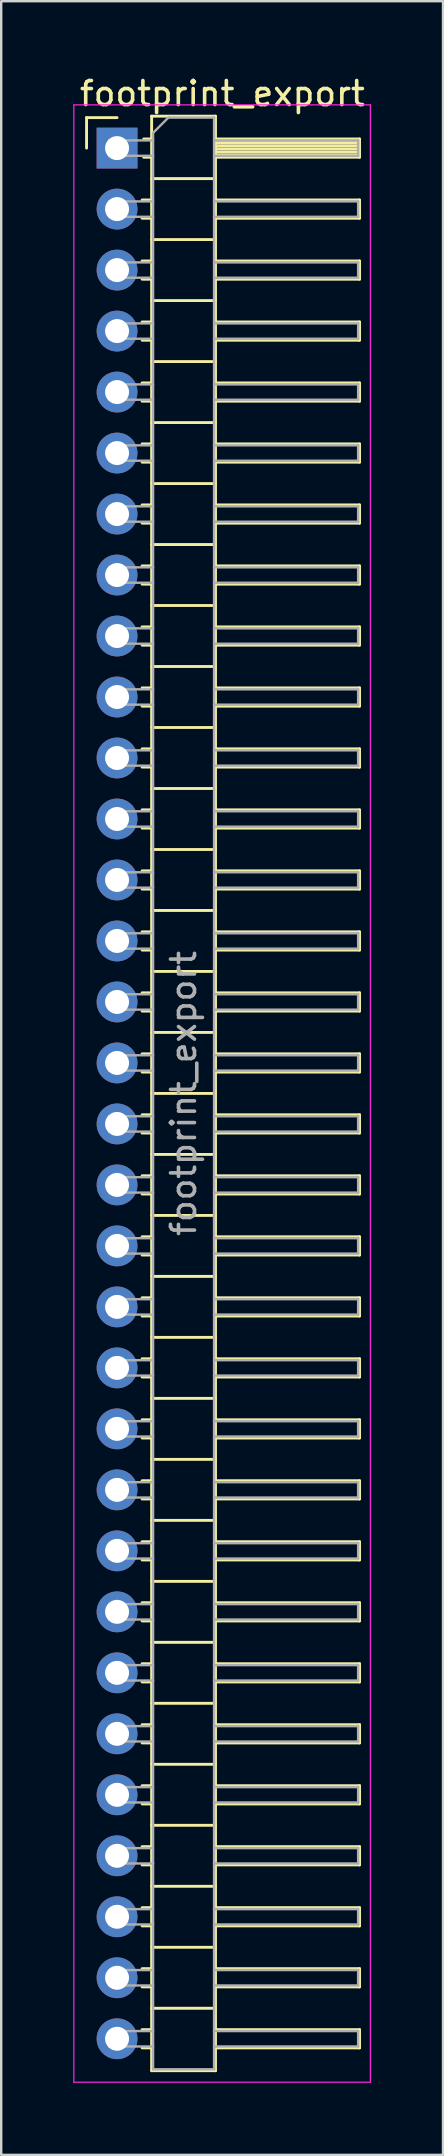
<source format=kicad_pcb>
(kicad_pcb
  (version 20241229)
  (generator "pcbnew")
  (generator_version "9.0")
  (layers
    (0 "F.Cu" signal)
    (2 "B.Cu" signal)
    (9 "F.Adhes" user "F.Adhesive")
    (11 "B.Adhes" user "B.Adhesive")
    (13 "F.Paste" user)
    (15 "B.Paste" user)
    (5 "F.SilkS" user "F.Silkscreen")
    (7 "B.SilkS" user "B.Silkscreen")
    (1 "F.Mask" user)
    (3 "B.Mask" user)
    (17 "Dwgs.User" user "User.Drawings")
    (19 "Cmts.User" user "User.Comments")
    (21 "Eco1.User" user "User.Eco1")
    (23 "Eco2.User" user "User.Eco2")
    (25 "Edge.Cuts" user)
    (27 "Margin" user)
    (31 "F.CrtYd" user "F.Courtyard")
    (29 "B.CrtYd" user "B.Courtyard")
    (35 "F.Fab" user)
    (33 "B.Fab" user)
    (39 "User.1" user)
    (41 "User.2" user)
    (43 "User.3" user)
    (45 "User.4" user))
  (footprint "footprint_export"
    (layer "F.Cu")
    (at 1.825 3.118)
    (property "Reference" "footprint_export" (at 4.385 -2.27 0) (layer "F.SilkS") (effects (font (size 1 1) (thickness 0.15))))
    (attr through_hole)
    (fp_line (start -1.27 -1.27) (end 0 -1.27) (stroke (width 0.12) (type solid)) (layer "F.SilkS"))
    (fp_line (start -1.27 0) (end -1.27 -1.27) (stroke (width 0.12) (type solid)) (layer "F.SilkS"))
    (fp_line (start 1.043 2.16) (end 1.44 2.16) (stroke (width 0.12) (type solid)) (layer "F.SilkS"))
    (fp_line (start 1.043 2.92) (end 1.44 2.92) (stroke (width 0.12) (type solid)) (layer "F.SilkS"))
    (fp_line (start 1.043 4.7) (end 1.44 4.7) (stroke (width 0.12) (type solid)) (layer "F.SilkS"))
    (fp_line (start 1.043 5.46) (end 1.44 5.46) (stroke (width 0.12) (type solid)) (layer "F.SilkS"))
    (fp_line (start 1.043 7.24) (end 1.44 7.24) (stroke (width 0.12) (type solid)) (layer "F.SilkS"))
    (fp_line (start 1.043 8) (end 1.44 8) (stroke (width 0.12) (type solid)) (layer "F.SilkS"))
    (fp_line (start 1.043 9.78) (end 1.44 9.78) (stroke (width 0.12) (type solid)) (layer "F.SilkS"))
    (fp_line (start 1.043 10.54) (end 1.44 10.54) (stroke (width 0.12) (type solid)) (layer "F.SilkS"))
    (fp_line (start 1.043 12.32) (end 1.44 12.32) (stroke (width 0.12) (type solid)) (layer "F.SilkS"))
    (fp_line (start 1.043 13.08) (end 1.44 13.08) (stroke (width 0.12) (type solid)) (layer "F.SilkS"))
    (fp_line (start 1.043 14.86) (end 1.44 14.86) (stroke (width 0.12) (type solid)) (layer "F.SilkS"))
    (fp_line (start 1.043 15.62) (end 1.44 15.62) (stroke (width 0.12) (type solid)) (layer "F.SilkS"))
    (fp_line (start 1.043 17.4) (end 1.44 17.4) (stroke (width 0.12) (type solid)) (layer "F.SilkS"))
    (fp_line (start 1.043 18.16) (end 1.44 18.16) (stroke (width 0.12) (type solid)) (layer "F.SilkS"))
    (fp_line (start 1.043 19.94) (end 1.44 19.94) (stroke (width 0.12) (type solid)) (layer "F.SilkS"))
    (fp_line (start 1.043 20.7) (end 1.44 20.7) (stroke (width 0.12) (type solid)) (layer "F.SilkS"))
    (fp_line (start 1.043 22.48) (end 1.44 22.48) (stroke (width 0.12) (type solid)) (layer "F.SilkS"))
    (fp_line (start 1.043 23.24) (end 1.44 23.24) (stroke (width 0.12) (type solid)) (layer "F.SilkS"))
    (fp_line (start 1.043 25.02) (end 1.44 25.02) (stroke (width 0.12) (type solid)) (layer "F.SilkS"))
    (fp_line (start 1.043 25.78) (end 1.44 25.78) (stroke (width 0.12) (type solid)) (layer "F.SilkS"))
    (fp_line (start 1.043 27.56) (end 1.44 27.56) (stroke (width 0.12) (type solid)) (layer "F.SilkS"))
    (fp_line (start 1.043 28.32) (end 1.44 28.32) (stroke (width 0.12) (type solid)) (layer "F.SilkS"))
    (fp_line (start 1.043 30.1) (end 1.44 30.1) (stroke (width 0.12) (type solid)) (layer "F.SilkS"))
    (fp_line (start 1.043 30.86) (end 1.44 30.86) (stroke (width 0.12) (type solid)) (layer "F.SilkS"))
    (fp_line (start 1.043 32.64) (end 1.44 32.64) (stroke (width 0.12) (type solid)) (layer "F.SilkS"))
    (fp_line (start 1.043 33.4) (end 1.44 33.4) (stroke (width 0.12) (type solid)) (layer "F.SilkS"))
    (fp_line (start 1.043 35.18) (end 1.44 35.18) (stroke (width 0.12) (type solid)) (layer "F.SilkS"))
    (fp_line (start 1.043 35.94) (end 1.44 35.94) (stroke (width 0.12) (type solid)) (layer "F.SilkS"))
    (fp_line (start 1.043 37.72) (end 1.44 37.72) (stroke (width 0.12) (type solid)) (layer "F.SilkS"))
    (fp_line (start 1.043 38.48) (end 1.44 38.48) (stroke (width 0.12) (type solid)) (layer "F.SilkS"))
    (fp_line (start 1.043 40.26) (end 1.44 40.26) (stroke (width 0.12) (type solid)) (layer "F.SilkS"))
    (fp_line (start 1.043 41.02) (end 1.44 41.02) (stroke (width 0.12) (type solid)) (layer "F.SilkS"))
    (fp_line (start 1.043 42.8) (end 1.44 42.8) (stroke (width 0.12) (type solid)) (layer "F.SilkS"))
    (fp_line (start 1.043 43.56) (end 1.44 43.56) (stroke (width 0.12) (type solid)) (layer "F.SilkS"))
    (fp_line (start 1.043 45.34) (end 1.44 45.34) (stroke (width 0.12) (type solid)) (layer "F.SilkS"))
    (fp_line (start 1.043 46.1) (end 1.44 46.1) (stroke (width 0.12) (type solid)) (layer "F.SilkS"))
    (fp_line (start 1.043 47.88) (end 1.44 47.88) (stroke (width 0.12) (type solid)) (layer "F.SilkS"))
    (fp_line (start 1.043 48.64) (end 1.44 48.64) (stroke (width 0.12) (type solid)) (layer "F.SilkS"))
    (fp_line (start 1.043 50.42) (end 1.44 50.42) (stroke (width 0.12) (type solid)) (layer "F.SilkS"))
    (fp_line (start 1.043 51.18) (end 1.44 51.18) (stroke (width 0.12) (type solid)) (layer "F.SilkS"))
    (fp_line (start 1.043 52.96) (end 1.44 52.96) (stroke (width 0.12) (type solid)) (layer "F.SilkS"))
    (fp_line (start 1.043 53.72) (end 1.44 53.72) (stroke (width 0.12) (type solid)) (layer "F.SilkS"))
    (fp_line (start 1.043 55.5) (end 1.44 55.5) (stroke (width 0.12) (type solid)) (layer "F.SilkS"))
    (fp_line (start 1.043 56.26) (end 1.44 56.26) (stroke (width 0.12) (type solid)) (layer "F.SilkS"))
    (fp_line (start 1.043 58.04) (end 1.44 58.04) (stroke (width 0.12) (type solid)) (layer "F.SilkS"))
    (fp_line (start 1.043 58.8) (end 1.44 58.8) (stroke (width 0.12) (type solid)) (layer "F.SilkS"))
    (fp_line (start 1.043 60.58) (end 1.44 60.58) (stroke (width 0.12) (type solid)) (layer "F.SilkS"))
    (fp_line (start 1.043 61.34) (end 1.44 61.34) (stroke (width 0.12) (type solid)) (layer "F.SilkS"))
    (fp_line (start 1.043 63.12) (end 1.44 63.12) (stroke (width 0.12) (type solid)) (layer "F.SilkS"))
    (fp_line (start 1.043 63.88) (end 1.44 63.88) (stroke (width 0.12) (type solid)) (layer "F.SilkS"))
    (fp_line (start 1.043 65.66) (end 1.44 65.66) (stroke (width 0.12) (type solid)) (layer "F.SilkS"))
    (fp_line (start 1.043 66.42) (end 1.44 66.42) (stroke (width 0.12) (type solid)) (layer "F.SilkS"))
    (fp_line (start 1.043 68.2) (end 1.44 68.2) (stroke (width 0.12) (type solid)) (layer "F.SilkS"))
    (fp_line (start 1.043 68.96) (end 1.44 68.96) (stroke (width 0.12) (type solid)) (layer "F.SilkS"))
    (fp_line (start 1.043 70.74) (end 1.44 70.74) (stroke (width 0.12) (type solid)) (layer "F.SilkS"))
    (fp_line (start 1.043 71.5) (end 1.44 71.5) (stroke (width 0.12) (type solid)) (layer "F.SilkS"))
    (fp_line (start 1.043 73.28) (end 1.44 73.28) (stroke (width 0.12) (type solid)) (layer "F.SilkS"))
    (fp_line (start 1.043 74.04) (end 1.44 74.04) (stroke (width 0.12) (type solid)) (layer "F.SilkS"))
    (fp_line (start 1.043 75.82) (end 1.44 75.82) (stroke (width 0.12) (type solid)) (layer "F.SilkS"))
    (fp_line (start 1.043 76.58) (end 1.44 76.58) (stroke (width 0.12) (type solid)) (layer "F.SilkS"))
    (fp_line (start 1.043 78.36) (end 1.44 78.36) (stroke (width 0.12) (type solid)) (layer "F.SilkS"))
    (fp_line (start 1.043 79.12) (end 1.44 79.12) (stroke (width 0.12) (type solid)) (layer "F.SilkS"))
    (fp_line (start 1.11 -0.38) (end 1.44 -0.38) (stroke (width 0.12) (type solid)) (layer "F.SilkS"))
    (fp_line (start 1.11 0.38) (end 1.44 0.38) (stroke (width 0.12) (type solid)) (layer "F.SilkS"))
    (fp_line (start 1.44 -1.33) (end 1.44 80.07) (stroke (width 0.12) (type solid)) (layer "F.SilkS"))
    (fp_line (start 1.44 1.27) (end 4.1 1.27) (stroke (width 0.12) (type solid)) (layer "F.SilkS"))
    (fp_line (start 1.44 3.81) (end 4.1 3.81) (stroke (width 0.12) (type solid)) (layer "F.SilkS"))
    (fp_line (start 1.44 6.35) (end 4.1 6.35) (stroke (width 0.12) (type solid)) (layer "F.SilkS"))
    (fp_line (start 1.44 8.89) (end 4.1 8.89) (stroke (width 0.12) (type solid)) (layer "F.SilkS"))
    (fp_line (start 1.44 11.43) (end 4.1 11.43) (stroke (width 0.12) (type solid)) (layer "F.SilkS"))
    (fp_line (start 1.44 13.97) (end 4.1 13.97) (stroke (width 0.12) (type solid)) (layer "F.SilkS"))
    (fp_line (start 1.44 16.51) (end 4.1 16.51) (stroke (width 0.12) (type solid)) (layer "F.SilkS"))
    (fp_line (start 1.44 19.05) (end 4.1 19.05) (stroke (width 0.12) (type solid)) (layer "F.SilkS"))
    (fp_line (start 1.44 21.59) (end 4.1 21.59) (stroke (width 0.12) (type solid)) (layer "F.SilkS"))
    (fp_line (start 1.44 24.13) (end 4.1 24.13) (stroke (width 0.12) (type solid)) (layer "F.SilkS"))
    (fp_line (start 1.44 26.67) (end 4.1 26.67) (stroke (width 0.12) (type solid)) (layer "F.SilkS"))
    (fp_line (start 1.44 29.21) (end 4.1 29.21) (stroke (width 0.12) (type solid)) (layer "F.SilkS"))
    (fp_line (start 1.44 31.75) (end 4.1 31.75) (stroke (width 0.12) (type solid)) (layer "F.SilkS"))
    (fp_line (start 1.44 34.29) (end 4.1 34.29) (stroke (width 0.12) (type solid)) (layer "F.SilkS"))
    (fp_line (start 1.44 36.83) (end 4.1 36.83) (stroke (width 0.12) (type solid)) (layer "F.SilkS"))
    (fp_line (start 1.44 39.37) (end 4.1 39.37) (stroke (width 0.12) (type solid)) (layer "F.SilkS"))
    (fp_line (start 1.44 41.91) (end 4.1 41.91) (stroke (width 0.12) (type solid)) (layer "F.SilkS"))
    (fp_line (start 1.44 44.45) (end 4.1 44.45) (stroke (width 0.12) (type solid)) (layer "F.SilkS"))
    (fp_line (start 1.44 46.99) (end 4.1 46.99) (stroke (width 0.12) (type solid)) (layer "F.SilkS"))
    (fp_line (start 1.44 49.53) (end 4.1 49.53) (stroke (width 0.12) (type solid)) (layer "F.SilkS"))
    (fp_line (start 1.44 52.07) (end 4.1 52.07) (stroke (width 0.12) (type solid)) (layer "F.SilkS"))
    (fp_line (start 1.44 54.61) (end 4.1 54.61) (stroke (width 0.12) (type solid)) (layer "F.SilkS"))
    (fp_line (start 1.44 57.15) (end 4.1 57.15) (stroke (width 0.12) (type solid)) (layer "F.SilkS"))
    (fp_line (start 1.44 59.69) (end 4.1 59.69) (stroke (width 0.12) (type solid)) (layer "F.SilkS"))
    (fp_line (start 1.44 62.23) (end 4.1 62.23) (stroke (width 0.12) (type solid)) (layer "F.SilkS"))
    (fp_line (start 1.44 64.77) (end 4.1 64.77) (stroke (width 0.12) (type solid)) (layer "F.SilkS"))
    (fp_line (start 1.44 67.31) (end 4.1 67.31) (stroke (width 0.12) (type solid)) (layer "F.SilkS"))
    (fp_line (start 1.44 69.85) (end 4.1 69.85) (stroke (width 0.12) (type solid)) (layer "F.SilkS"))
    (fp_line (start 1.44 72.39) (end 4.1 72.39) (stroke (width 0.12) (type solid)) (layer "F.SilkS"))
    (fp_line (start 1.44 74.93) (end 4.1 74.93) (stroke (width 0.12) (type solid)) (layer "F.SilkS"))
    (fp_line (start 1.44 77.47) (end 4.1 77.47) (stroke (width 0.12) (type solid)) (layer "F.SilkS"))
    (fp_line (start 1.44 80.07) (end 4.1 80.07) (stroke (width 0.12) (type solid)) (layer "F.SilkS"))
    (fp_line (start 4.1 -1.33) (end 1.44 -1.33) (stroke (width 0.12) (type solid)) (layer "F.SilkS"))
    (fp_line (start 4.1 -0.38) (end 10.1 -0.38) (stroke (width 0.12) (type solid)) (layer "F.SilkS"))
    (fp_line (start 4.1 -0.32) (end 10.1 -0.32) (stroke (width 0.12) (type solid)) (layer "F.SilkS"))
    (fp_line (start 4.1 -0.2) (end 10.1 -0.2) (stroke (width 0.12) (type solid)) (layer "F.SilkS"))
    (fp_line (start 4.1 -0.08) (end 10.1 -0.08) (stroke (width 0.12) (type solid)) (layer "F.SilkS"))
    (fp_line (start 4.1 0.04) (end 10.1 0.04) (stroke (width 0.12) (type solid)) (layer "F.SilkS"))
    (fp_line (start 4.1 0.16) (end 10.1 0.16) (stroke (width 0.12) (type solid)) (layer "F.SilkS"))
    (fp_line (start 4.1 0.28) (end 10.1 0.28) (stroke (width 0.12) (type solid)) (layer "F.SilkS"))
    (fp_line (start 4.1 2.16) (end 10.1 2.16) (stroke (width 0.12) (type solid)) (layer "F.SilkS"))
    (fp_line (start 4.1 4.7) (end 10.1 4.7) (stroke (width 0.12) (type solid)) (layer "F.SilkS"))
    (fp_line (start 4.1 7.24) (end 10.1 7.24) (stroke (width 0.12) (type solid)) (layer "F.SilkS"))
    (fp_line (start 4.1 9.78) (end 10.1 9.78) (stroke (width 0.12) (type solid)) (layer "F.SilkS"))
    (fp_line (start 4.1 12.32) (end 10.1 12.32) (stroke (width 0.12) (type solid)) (layer "F.SilkS"))
    (fp_line (start 4.1 14.86) (end 10.1 14.86) (stroke (width 0.12) (type solid)) (layer "F.SilkS"))
    (fp_line (start 4.1 17.4) (end 10.1 17.4) (stroke (width 0.12) (type solid)) (layer "F.SilkS"))
    (fp_line (start 4.1 19.94) (end 10.1 19.94) (stroke (width 0.12) (type solid)) (layer "F.SilkS"))
    (fp_line (start 4.1 22.48) (end 10.1 22.48) (stroke (width 0.12) (type solid)) (layer "F.SilkS"))
    (fp_line (start 4.1 25.02) (end 10.1 25.02) (stroke (width 0.12) (type solid)) (layer "F.SilkS"))
    (fp_line (start 4.1 27.56) (end 10.1 27.56) (stroke (width 0.12) (type solid)) (layer "F.SilkS"))
    (fp_line (start 4.1 30.1) (end 10.1 30.1) (stroke (width 0.12) (type solid)) (layer "F.SilkS"))
    (fp_line (start 4.1 32.64) (end 10.1 32.64) (stroke (width 0.12) (type solid)) (layer "F.SilkS"))
    (fp_line (start 4.1 35.18) (end 10.1 35.18) (stroke (width 0.12) (type solid)) (layer "F.SilkS"))
    (fp_line (start 4.1 37.72) (end 10.1 37.72) (stroke (width 0.12) (type solid)) (layer "F.SilkS"))
    (fp_line (start 4.1 40.26) (end 10.1 40.26) (stroke (width 0.12) (type solid)) (layer "F.SilkS"))
    (fp_line (start 4.1 42.8) (end 10.1 42.8) (stroke (width 0.12) (type solid)) (layer "F.SilkS"))
    (fp_line (start 4.1 45.34) (end 10.1 45.34) (stroke (width 0.12) (type solid)) (layer "F.SilkS"))
    (fp_line (start 4.1 47.88) (end 10.1 47.88) (stroke (width 0.12) (type solid)) (layer "F.SilkS"))
    (fp_line (start 4.1 50.42) (end 10.1 50.42) (stroke (width 0.12) (type solid)) (layer "F.SilkS"))
    (fp_line (start 4.1 52.96) (end 10.1 52.96) (stroke (width 0.12) (type solid)) (layer "F.SilkS"))
    (fp_line (start 4.1 55.5) (end 10.1 55.5) (stroke (width 0.12) (type solid)) (layer "F.SilkS"))
    (fp_line (start 4.1 58.04) (end 10.1 58.04) (stroke (width 0.12) (type solid)) (layer "F.SilkS"))
    (fp_line (start 4.1 60.58) (end 10.1 60.58) (stroke (width 0.12) (type solid)) (layer "F.SilkS"))
    (fp_line (start 4.1 63.12) (end 10.1 63.12) (stroke (width 0.12) (type solid)) (layer "F.SilkS"))
    (fp_line (start 4.1 65.66) (end 10.1 65.66) (stroke (width 0.12) (type solid)) (layer "F.SilkS"))
    (fp_line (start 4.1 68.2) (end 10.1 68.2) (stroke (width 0.12) (type solid)) (layer "F.SilkS"))
    (fp_line (start 4.1 70.74) (end 10.1 70.74) (stroke (width 0.12) (type solid)) (layer "F.SilkS"))
    (fp_line (start 4.1 73.28) (end 10.1 73.28) (stroke (width 0.12) (type solid)) (layer "F.SilkS"))
    (fp_line (start 4.1 75.82) (end 10.1 75.82) (stroke (width 0.12) (type solid)) (layer "F.SilkS"))
    (fp_line (start 4.1 78.36) (end 10.1 78.36) (stroke (width 0.12) (type solid)) (layer "F.SilkS"))
    (fp_line (start 4.1 80.07) (end 4.1 -1.33) (stroke (width 0.12) (type solid)) (layer "F.SilkS"))
    (fp_line (start 10.1 -0.38) (end 10.1 0.38) (stroke (width 0.12) (type solid)) (layer "F.SilkS"))
    (fp_line (start 10.1 0.38) (end 4.1 0.38) (stroke (width 0.12) (type solid)) (layer "F.SilkS"))
    (fp_line (start 10.1 2.16) (end 10.1 2.92) (stroke (width 0.12) (type solid)) (layer "F.SilkS"))
    (fp_line (start 10.1 2.92) (end 4.1 2.92) (stroke (width 0.12) (type solid)) (layer "F.SilkS"))
    (fp_line (start 10.1 4.7) (end 10.1 5.46) (stroke (width 0.12) (type solid)) (layer "F.SilkS"))
    (fp_line (start 10.1 5.46) (end 4.1 5.46) (stroke (width 0.12) (type solid)) (layer "F.SilkS"))
    (fp_line (start 10.1 7.24) (end 10.1 8) (stroke (width 0.12) (type solid)) (layer "F.SilkS"))
    (fp_line (start 10.1 8) (end 4.1 8) (stroke (width 0.12) (type solid)) (layer "F.SilkS"))
    (fp_line (start 10.1 9.78) (end 10.1 10.54) (stroke (width 0.12) (type solid)) (layer "F.SilkS"))
    (fp_line (start 10.1 10.54) (end 4.1 10.54) (stroke (width 0.12) (type solid)) (layer "F.SilkS"))
    (fp_line (start 10.1 12.32) (end 10.1 13.08) (stroke (width 0.12) (type solid)) (layer "F.SilkS"))
    (fp_line (start 10.1 13.08) (end 4.1 13.08) (stroke (width 0.12) (type solid)) (layer "F.SilkS"))
    (fp_line (start 10.1 14.86) (end 10.1 15.62) (stroke (width 0.12) (type solid)) (layer "F.SilkS"))
    (fp_line (start 10.1 15.62) (end 4.1 15.62) (stroke (width 0.12) (type solid)) (layer "F.SilkS"))
    (fp_line (start 10.1 17.4) (end 10.1 18.16) (stroke (width 0.12) (type solid)) (layer "F.SilkS"))
    (fp_line (start 10.1 18.16) (end 4.1 18.16) (stroke (width 0.12) (type solid)) (layer "F.SilkS"))
    (fp_line (start 10.1 19.94) (end 10.1 20.7) (stroke (width 0.12) (type solid)) (layer "F.SilkS"))
    (fp_line (start 10.1 20.7) (end 4.1 20.7) (stroke (width 0.12) (type solid)) (layer "F.SilkS"))
    (fp_line (start 10.1 22.48) (end 10.1 23.24) (stroke (width 0.12) (type solid)) (layer "F.SilkS"))
    (fp_line (start 10.1 23.24) (end 4.1 23.24) (stroke (width 0.12) (type solid)) (layer "F.SilkS"))
    (fp_line (start 10.1 25.02) (end 10.1 25.78) (stroke (width 0.12) (type solid)) (layer "F.SilkS"))
    (fp_line (start 10.1 25.78) (end 4.1 25.78) (stroke (width 0.12) (type solid)) (layer "F.SilkS"))
    (fp_line (start 10.1 27.56) (end 10.1 28.32) (stroke (width 0.12) (type solid)) (layer "F.SilkS"))
    (fp_line (start 10.1 28.32) (end 4.1 28.32) (stroke (width 0.12) (type solid)) (layer "F.SilkS"))
    (fp_line (start 10.1 30.1) (end 10.1 30.86) (stroke (width 0.12) (type solid)) (layer "F.SilkS"))
    (fp_line (start 10.1 30.86) (end 4.1 30.86) (stroke (width 0.12) (type solid)) (layer "F.SilkS"))
    (fp_line (start 10.1 32.64) (end 10.1 33.4) (stroke (width 0.12) (type solid)) (layer "F.SilkS"))
    (fp_line (start 10.1 33.4) (end 4.1 33.4) (stroke (width 0.12) (type solid)) (layer "F.SilkS"))
    (fp_line (start 10.1 35.18) (end 10.1 35.94) (stroke (width 0.12) (type solid)) (layer "F.SilkS"))
    (fp_line (start 10.1 35.94) (end 4.1 35.94) (stroke (width 0.12) (type solid)) (layer "F.SilkS"))
    (fp_line (start 10.1 37.72) (end 10.1 38.48) (stroke (width 0.12) (type solid)) (layer "F.SilkS"))
    (fp_line (start 10.1 38.48) (end 4.1 38.48) (stroke (width 0.12) (type solid)) (layer "F.SilkS"))
    (fp_line (start 10.1 40.26) (end 10.1 41.02) (stroke (width 0.12) (type solid)) (layer "F.SilkS"))
    (fp_line (start 10.1 41.02) (end 4.1 41.02) (stroke (width 0.12) (type solid)) (layer "F.SilkS"))
    (fp_line (start 10.1 42.8) (end 10.1 43.56) (stroke (width 0.12) (type solid)) (layer "F.SilkS"))
    (fp_line (start 10.1 43.56) (end 4.1 43.56) (stroke (width 0.12) (type solid)) (layer "F.SilkS"))
    (fp_line (start 10.1 45.34) (end 10.1 46.1) (stroke (width 0.12) (type solid)) (layer "F.SilkS"))
    (fp_line (start 10.1 46.1) (end 4.1 46.1) (stroke (width 0.12) (type solid)) (layer "F.SilkS"))
    (fp_line (start 10.1 47.88) (end 10.1 48.64) (stroke (width 0.12) (type solid)) (layer "F.SilkS"))
    (fp_line (start 10.1 48.64) (end 4.1 48.64) (stroke (width 0.12) (type solid)) (layer "F.SilkS"))
    (fp_line (start 10.1 50.42) (end 10.1 51.18) (stroke (width 0.12) (type solid)) (layer "F.SilkS"))
    (fp_line (start 10.1 51.18) (end 4.1 51.18) (stroke (width 0.12) (type solid)) (layer "F.SilkS"))
    (fp_line (start 10.1 52.96) (end 10.1 53.72) (stroke (width 0.12) (type solid)) (layer "F.SilkS"))
    (fp_line (start 10.1 53.72) (end 4.1 53.72) (stroke (width 0.12) (type solid)) (layer "F.SilkS"))
    (fp_line (start 10.1 55.5) (end 10.1 56.26) (stroke (width 0.12) (type solid)) (layer "F.SilkS"))
    (fp_line (start 10.1 56.26) (end 4.1 56.26) (stroke (width 0.12) (type solid)) (layer "F.SilkS"))
    (fp_line (start 10.1 58.04) (end 10.1 58.8) (stroke (width 0.12) (type solid)) (layer "F.SilkS"))
    (fp_line (start 10.1 58.8) (end 4.1 58.8) (stroke (width 0.12) (type solid)) (layer "F.SilkS"))
    (fp_line (start 10.1 60.58) (end 10.1 61.34) (stroke (width 0.12) (type solid)) (layer "F.SilkS"))
    (fp_line (start 10.1 61.34) (end 4.1 61.34) (stroke (width 0.12) (type solid)) (layer "F.SilkS"))
    (fp_line (start 10.1 63.12) (end 10.1 63.88) (stroke (width 0.12) (type solid)) (layer "F.SilkS"))
    (fp_line (start 10.1 63.88) (end 4.1 63.88) (stroke (width 0.12) (type solid)) (layer "F.SilkS"))
    (fp_line (start 10.1 65.66) (end 10.1 66.42) (stroke (width 0.12) (type solid)) (layer "F.SilkS"))
    (fp_line (start 10.1 66.42) (end 4.1 66.42) (stroke (width 0.12) (type solid)) (layer "F.SilkS"))
    (fp_line (start 10.1 68.2) (end 10.1 68.96) (stroke (width 0.12) (type solid)) (layer "F.SilkS"))
    (fp_line (start 10.1 68.96) (end 4.1 68.96) (stroke (width 0.12) (type solid)) (layer "F.SilkS"))
    (fp_line (start 10.1 70.74) (end 10.1 71.5) (stroke (width 0.12) (type solid)) (layer "F.SilkS"))
    (fp_line (start 10.1 71.5) (end 4.1 71.5) (stroke (width 0.12) (type solid)) (layer "F.SilkS"))
    (fp_line (start 10.1 73.28) (end 10.1 74.04) (stroke (width 0.12) (type solid)) (layer "F.SilkS"))
    (fp_line (start 10.1 74.04) (end 4.1 74.04) (stroke (width 0.12) (type solid)) (layer "F.SilkS"))
    (fp_line (start 10.1 75.82) (end 10.1 76.58) (stroke (width 0.12) (type solid)) (layer "F.SilkS"))
    (fp_line (start 10.1 76.58) (end 4.1 76.58) (stroke (width 0.12) (type solid)) (layer "F.SilkS"))
    (fp_line (start 10.1 78.36) (end 10.1 79.12) (stroke (width 0.12) (type solid)) (layer "F.SilkS"))
    (fp_line (start 10.1 79.12) (end 4.1 79.12) (stroke (width 0.12) (type solid)) (layer "F.SilkS"))
    (fp_line (start -1.8 -1.8) (end -1.8 80.55) (stroke (width 0.05) (type solid)) (layer "F.CrtYd"))
    (fp_line (start -1.8 80.55) (end 10.55 80.55) (stroke (width 0.05) (type solid)) (layer "F.CrtYd"))
    (fp_line (start 10.55 -1.8) (end -1.8 -1.8) (stroke (width 0.05) (type solid)) (layer "F.CrtYd"))
    (fp_line (start 10.55 80.55) (end 10.55 -1.8) (stroke (width 0.05) (type solid)) (layer "F.CrtYd"))
    (fp_line (start -0.32 -0.32) (end -0.32 0.32) (stroke (width 0.1) (type solid)) (layer "F.Fab"))
    (fp_line (start -0.32 -0.32) (end 1.5 -0.32) (stroke (width 0.1) (type solid)) (layer "F.Fab"))
    (fp_line (start -0.32 0.32) (end 1.5 0.32) (stroke (width 0.1) (type solid)) (layer "F.Fab"))
    (fp_line (start -0.32 2.22) (end -0.32 2.86) (stroke (width 0.1) (type solid)) (layer "F.Fab"))
    (fp_line (start -0.32 2.22) (end 1.5 2.22) (stroke (width 0.1) (type solid)) (layer "F.Fab"))
    (fp_line (start -0.32 2.86) (end 1.5 2.86) (stroke (width 0.1) (type solid)) (layer "F.Fab"))
    (fp_line (start -0.32 4.76) (end -0.32 5.4) (stroke (width 0.1) (type solid)) (layer "F.Fab"))
    (fp_line (start -0.32 4.76) (end 1.5 4.76) (stroke (width 0.1) (type solid)) (layer "F.Fab"))
    (fp_line (start -0.32 5.4) (end 1.5 5.4) (stroke (width 0.1) (type solid)) (layer "F.Fab"))
    (fp_line (start -0.32 7.3) (end -0.32 7.94) (stroke (width 0.1) (type solid)) (layer "F.Fab"))
    (fp_line (start -0.32 7.3) (end 1.5 7.3) (stroke (width 0.1) (type solid)) (layer "F.Fab"))
    (fp_line (start -0.32 7.94) (end 1.5 7.94) (stroke (width 0.1) (type solid)) (layer "F.Fab"))
    (fp_line (start -0.32 9.84) (end -0.32 10.48) (stroke (width 0.1) (type solid)) (layer "F.Fab"))
    (fp_line (start -0.32 9.84) (end 1.5 9.84) (stroke (width 0.1) (type solid)) (layer "F.Fab"))
    (fp_line (start -0.32 10.48) (end 1.5 10.48) (stroke (width 0.1) (type solid)) (layer "F.Fab"))
    (fp_line (start -0.32 12.38) (end -0.32 13.02) (stroke (width 0.1) (type solid)) (layer "F.Fab"))
    (fp_line (start -0.32 12.38) (end 1.5 12.38) (stroke (width 0.1) (type solid)) (layer "F.Fab"))
    (fp_line (start -0.32 13.02) (end 1.5 13.02) (stroke (width 0.1) (type solid)) (layer "F.Fab"))
    (fp_line (start -0.32 14.92) (end -0.32 15.56) (stroke (width 0.1) (type solid)) (layer "F.Fab"))
    (fp_line (start -0.32 14.92) (end 1.5 14.92) (stroke (width 0.1) (type solid)) (layer "F.Fab"))
    (fp_line (start -0.32 15.56) (end 1.5 15.56) (stroke (width 0.1) (type solid)) (layer "F.Fab"))
    (fp_line (start -0.32 17.46) (end -0.32 18.1) (stroke (width 0.1) (type solid)) (layer "F.Fab"))
    (fp_line (start -0.32 17.46) (end 1.5 17.46) (stroke (width 0.1) (type solid)) (layer "F.Fab"))
    (fp_line (start -0.32 18.1) (end 1.5 18.1) (stroke (width 0.1) (type solid)) (layer "F.Fab"))
    (fp_line (start -0.32 20) (end -0.32 20.64) (stroke (width 0.1) (type solid)) (layer "F.Fab"))
    (fp_line (start -0.32 20) (end 1.5 20) (stroke (width 0.1) (type solid)) (layer "F.Fab"))
    (fp_line (start -0.32 20.64) (end 1.5 20.64) (stroke (width 0.1) (type solid)) (layer "F.Fab"))
    (fp_line (start -0.32 22.54) (end -0.32 23.18) (stroke (width 0.1) (type solid)) (layer "F.Fab"))
    (fp_line (start -0.32 22.54) (end 1.5 22.54) (stroke (width 0.1) (type solid)) (layer "F.Fab"))
    (fp_line (start -0.32 23.18) (end 1.5 23.18) (stroke (width 0.1) (type solid)) (layer "F.Fab"))
    (fp_line (start -0.32 25.08) (end -0.32 25.72) (stroke (width 0.1) (type solid)) (layer "F.Fab"))
    (fp_line (start -0.32 25.08) (end 1.5 25.08) (stroke (width 0.1) (type solid)) (layer "F.Fab"))
    (fp_line (start -0.32 25.72) (end 1.5 25.72) (stroke (width 0.1) (type solid)) (layer "F.Fab"))
    (fp_line (start -0.32 27.62) (end -0.32 28.26) (stroke (width 0.1) (type solid)) (layer "F.Fab"))
    (fp_line (start -0.32 27.62) (end 1.5 27.62) (stroke (width 0.1) (type solid)) (layer "F.Fab"))
    (fp_line (start -0.32 28.26) (end 1.5 28.26) (stroke (width 0.1) (type solid)) (layer "F.Fab"))
    (fp_line (start -0.32 30.16) (end -0.32 30.8) (stroke (width 0.1) (type solid)) (layer "F.Fab"))
    (fp_line (start -0.32 30.16) (end 1.5 30.16) (stroke (width 0.1) (type solid)) (layer "F.Fab"))
    (fp_line (start -0.32 30.8) (end 1.5 30.8) (stroke (width 0.1) (type solid)) (layer "F.Fab"))
    (fp_line (start -0.32 32.7) (end -0.32 33.34) (stroke (width 0.1) (type solid)) (layer "F.Fab"))
    (fp_line (start -0.32 32.7) (end 1.5 32.7) (stroke (width 0.1) (type solid)) (layer "F.Fab"))
    (fp_line (start -0.32 33.34) (end 1.5 33.34) (stroke (width 0.1) (type solid)) (layer "F.Fab"))
    (fp_line (start -0.32 35.24) (end -0.32 35.88) (stroke (width 0.1) (type solid)) (layer "F.Fab"))
    (fp_line (start -0.32 35.24) (end 1.5 35.24) (stroke (width 0.1) (type solid)) (layer "F.Fab"))
    (fp_line (start -0.32 35.88) (end 1.5 35.88) (stroke (width 0.1) (type solid)) (layer "F.Fab"))
    (fp_line (start -0.32 37.78) (end -0.32 38.42) (stroke (width 0.1) (type solid)) (layer "F.Fab"))
    (fp_line (start -0.32 37.78) (end 1.5 37.78) (stroke (width 0.1) (type solid)) (layer "F.Fab"))
    (fp_line (start -0.32 38.42) (end 1.5 38.42) (stroke (width 0.1) (type solid)) (layer "F.Fab"))
    (fp_line (start -0.32 40.32) (end -0.32 40.96) (stroke (width 0.1) (type solid)) (layer "F.Fab"))
    (fp_line (start -0.32 40.32) (end 1.5 40.32) (stroke (width 0.1) (type solid)) (layer "F.Fab"))
    (fp_line (start -0.32 40.96) (end 1.5 40.96) (stroke (width 0.1) (type solid)) (layer "F.Fab"))
    (fp_line (start -0.32 42.86) (end -0.32 43.5) (stroke (width 0.1) (type solid)) (layer "F.Fab"))
    (fp_line (start -0.32 42.86) (end 1.5 42.86) (stroke (width 0.1) (type solid)) (layer "F.Fab"))
    (fp_line (start -0.32 43.5) (end 1.5 43.5) (stroke (width 0.1) (type solid)) (layer "F.Fab"))
    (fp_line (start -0.32 45.4) (end -0.32 46.04) (stroke (width 0.1) (type solid)) (layer "F.Fab"))
    (fp_line (start -0.32 45.4) (end 1.5 45.4) (stroke (width 0.1) (type solid)) (layer "F.Fab"))
    (fp_line (start -0.32 46.04) (end 1.5 46.04) (stroke (width 0.1) (type solid)) (layer "F.Fab"))
    (fp_line (start -0.32 47.94) (end -0.32 48.58) (stroke (width 0.1) (type solid)) (layer "F.Fab"))
    (fp_line (start -0.32 47.94) (end 1.5 47.94) (stroke (width 0.1) (type solid)) (layer "F.Fab"))
    (fp_line (start -0.32 48.58) (end 1.5 48.58) (stroke (width 0.1) (type solid)) (layer "F.Fab"))
    (fp_line (start -0.32 50.48) (end -0.32 51.12) (stroke (width 0.1) (type solid)) (layer "F.Fab"))
    (fp_line (start -0.32 50.48) (end 1.5 50.48) (stroke (width 0.1) (type solid)) (layer "F.Fab"))
    (fp_line (start -0.32 51.12) (end 1.5 51.12) (stroke (width 0.1) (type solid)) (layer "F.Fab"))
    (fp_line (start -0.32 53.02) (end -0.32 53.66) (stroke (width 0.1) (type solid)) (layer "F.Fab"))
    (fp_line (start -0.32 53.02) (end 1.5 53.02) (stroke (width 0.1) (type solid)) (layer "F.Fab"))
    (fp_line (start -0.32 53.66) (end 1.5 53.66) (stroke (width 0.1) (type solid)) (layer "F.Fab"))
    (fp_line (start -0.32 55.56) (end -0.32 56.2) (stroke (width 0.1) (type solid)) (layer "F.Fab"))
    (fp_line (start -0.32 55.56) (end 1.5 55.56) (stroke (width 0.1) (type solid)) (layer "F.Fab"))
    (fp_line (start -0.32 56.2) (end 1.5 56.2) (stroke (width 0.1) (type solid)) (layer "F.Fab"))
    (fp_line (start -0.32 58.1) (end -0.32 58.74) (stroke (width 0.1) (type solid)) (layer "F.Fab"))
    (fp_line (start -0.32 58.1) (end 1.5 58.1) (stroke (width 0.1) (type solid)) (layer "F.Fab"))
    (fp_line (start -0.32 58.74) (end 1.5 58.74) (stroke (width 0.1) (type solid)) (layer "F.Fab"))
    (fp_line (start -0.32 60.64) (end -0.32 61.28) (stroke (width 0.1) (type solid)) (layer "F.Fab"))
    (fp_line (start -0.32 60.64) (end 1.5 60.64) (stroke (width 0.1) (type solid)) (layer "F.Fab"))
    (fp_line (start -0.32 61.28) (end 1.5 61.28) (stroke (width 0.1) (type solid)) (layer "F.Fab"))
    (fp_line (start -0.32 63.18) (end -0.32 63.82) (stroke (width 0.1) (type solid)) (layer "F.Fab"))
    (fp_line (start -0.32 63.18) (end 1.5 63.18) (stroke (width 0.1) (type solid)) (layer "F.Fab"))
    (fp_line (start -0.32 63.82) (end 1.5 63.82) (stroke (width 0.1) (type solid)) (layer "F.Fab"))
    (fp_line (start -0.32 65.72) (end -0.32 66.36) (stroke (width 0.1) (type solid)) (layer "F.Fab"))
    (fp_line (start -0.32 65.72) (end 1.5 65.72) (stroke (width 0.1) (type solid)) (layer "F.Fab"))
    (fp_line (start -0.32 66.36) (end 1.5 66.36) (stroke (width 0.1) (type solid)) (layer "F.Fab"))
    (fp_line (start -0.32 68.26) (end -0.32 68.9) (stroke (width 0.1) (type solid)) (layer "F.Fab"))
    (fp_line (start -0.32 68.26) (end 1.5 68.26) (stroke (width 0.1) (type solid)) (layer "F.Fab"))
    (fp_line (start -0.32 68.9) (end 1.5 68.9) (stroke (width 0.1) (type solid)) (layer "F.Fab"))
    (fp_line (start -0.32 70.8) (end -0.32 71.44) (stroke (width 0.1) (type solid)) (layer "F.Fab"))
    (fp_line (start -0.32 70.8) (end 1.5 70.8) (stroke (width 0.1) (type solid)) (layer "F.Fab"))
    (fp_line (start -0.32 71.44) (end 1.5 71.44) (stroke (width 0.1) (type solid)) (layer "F.Fab"))
    (fp_line (start -0.32 73.34) (end -0.32 73.98) (stroke (width 0.1) (type solid)) (layer "F.Fab"))
    (fp_line (start -0.32 73.34) (end 1.5 73.34) (stroke (width 0.1) (type solid)) (layer "F.Fab"))
    (fp_line (start -0.32 73.98) (end 1.5 73.98) (stroke (width 0.1) (type solid)) (layer "F.Fab"))
    (fp_line (start -0.32 75.88) (end -0.32 76.52) (stroke (width 0.1) (type solid)) (layer "F.Fab"))
    (fp_line (start -0.32 75.88) (end 1.5 75.88) (stroke (width 0.1) (type solid)) (layer "F.Fab"))
    (fp_line (start -0.32 76.52) (end 1.5 76.52) (stroke (width 0.1) (type solid)) (layer "F.Fab"))
    (fp_line (start -0.32 78.42) (end -0.32 79.06) (stroke (width 0.1) (type solid)) (layer "F.Fab"))
    (fp_line (start -0.32 78.42) (end 1.5 78.42) (stroke (width 0.1) (type solid)) (layer "F.Fab"))
    (fp_line (start -0.32 79.06) (end 1.5 79.06) (stroke (width 0.1) (type solid)) (layer "F.Fab"))
    (fp_line (start 1.5 -0.635) (end 2.135 -1.27) (stroke (width 0.1) (type solid)) (layer "F.Fab"))
    (fp_line (start 1.5 80.01) (end 1.5 -0.635) (stroke (width 0.1) (type solid)) (layer "F.Fab"))
    (fp_line (start 2.135 -1.27) (end 4.04 -1.27) (stroke (width 0.1) (type solid)) (layer "F.Fab"))
    (fp_line (start 4.04 -1.27) (end 4.04 80.01) (stroke (width 0.1) (type solid)) (layer "F.Fab"))
    (fp_line (start 4.04 -0.32) (end 10.04 -0.32) (stroke (width 0.1) (type solid)) (layer "F.Fab"))
    (fp_line (start 4.04 0.32) (end 10.04 0.32) (stroke (width 0.1) (type solid)) (layer "F.Fab"))
    (fp_line (start 4.04 2.22) (end 10.04 2.22) (stroke (width 0.1) (type solid)) (layer "F.Fab"))
    (fp_line (start 4.04 2.86) (end 10.04 2.86) (stroke (width 0.1) (type solid)) (layer "F.Fab"))
    (fp_line (start 4.04 4.76) (end 10.04 4.76) (stroke (width 0.1) (type solid)) (layer "F.Fab"))
    (fp_line (start 4.04 5.4) (end 10.04 5.4) (stroke (width 0.1) (type solid)) (layer "F.Fab"))
    (fp_line (start 4.04 7.3) (end 10.04 7.3) (stroke (width 0.1) (type solid)) (layer "F.Fab"))
    (fp_line (start 4.04 7.94) (end 10.04 7.94) (stroke (width 0.1) (type solid)) (layer "F.Fab"))
    (fp_line (start 4.04 9.84) (end 10.04 9.84) (stroke (width 0.1) (type solid)) (layer "F.Fab"))
    (fp_line (start 4.04 10.48) (end 10.04 10.48) (stroke (width 0.1) (type solid)) (layer "F.Fab"))
    (fp_line (start 4.04 12.38) (end 10.04 12.38) (stroke (width 0.1) (type solid)) (layer "F.Fab"))
    (fp_line (start 4.04 13.02) (end 10.04 13.02) (stroke (width 0.1) (type solid)) (layer "F.Fab"))
    (fp_line (start 4.04 14.92) (end 10.04 14.92) (stroke (width 0.1) (type solid)) (layer "F.Fab"))
    (fp_line (start 4.04 15.56) (end 10.04 15.56) (stroke (width 0.1) (type solid)) (layer "F.Fab"))
    (fp_line (start 4.04 17.46) (end 10.04 17.46) (stroke (width 0.1) (type solid)) (layer "F.Fab"))
    (fp_line (start 4.04 18.1) (end 10.04 18.1) (stroke (width 0.1) (type solid)) (layer "F.Fab"))
    (fp_line (start 4.04 20) (end 10.04 20) (stroke (width 0.1) (type solid)) (layer "F.Fab"))
    (fp_line (start 4.04 20.64) (end 10.04 20.64) (stroke (width 0.1) (type solid)) (layer "F.Fab"))
    (fp_line (start 4.04 22.54) (end 10.04 22.54) (stroke (width 0.1) (type solid)) (layer "F.Fab"))
    (fp_line (start 4.04 23.18) (end 10.04 23.18) (stroke (width 0.1) (type solid)) (layer "F.Fab"))
    (fp_line (start 4.04 25.08) (end 10.04 25.08) (stroke (width 0.1) (type solid)) (layer "F.Fab"))
    (fp_line (start 4.04 25.72) (end 10.04 25.72) (stroke (width 0.1) (type solid)) (layer "F.Fab"))
    (fp_line (start 4.04 27.62) (end 10.04 27.62) (stroke (width 0.1) (type solid)) (layer "F.Fab"))
    (fp_line (start 4.04 28.26) (end 10.04 28.26) (stroke (width 0.1) (type solid)) (layer "F.Fab"))
    (fp_line (start 4.04 30.16) (end 10.04 30.16) (stroke (width 0.1) (type solid)) (layer "F.Fab"))
    (fp_line (start 4.04 30.8) (end 10.04 30.8) (stroke (width 0.1) (type solid)) (layer "F.Fab"))
    (fp_line (start 4.04 32.7) (end 10.04 32.7) (stroke (width 0.1) (type solid)) (layer "F.Fab"))
    (fp_line (start 4.04 33.34) (end 10.04 33.34) (stroke (width 0.1) (type solid)) (layer "F.Fab"))
    (fp_line (start 4.04 35.24) (end 10.04 35.24) (stroke (width 0.1) (type solid)) (layer "F.Fab"))
    (fp_line (start 4.04 35.88) (end 10.04 35.88) (stroke (width 0.1) (type solid)) (layer "F.Fab"))
    (fp_line (start 4.04 37.78) (end 10.04 37.78) (stroke (width 0.1) (type solid)) (layer "F.Fab"))
    (fp_line (start 4.04 38.42) (end 10.04 38.42) (stroke (width 0.1) (type solid)) (layer "F.Fab"))
    (fp_line (start 4.04 40.32) (end 10.04 40.32) (stroke (width 0.1) (type solid)) (layer "F.Fab"))
    (fp_line (start 4.04 40.96) (end 10.04 40.96) (stroke (width 0.1) (type solid)) (layer "F.Fab"))
    (fp_line (start 4.04 42.86) (end 10.04 42.86) (stroke (width 0.1) (type solid)) (layer "F.Fab"))
    (fp_line (start 4.04 43.5) (end 10.04 43.5) (stroke (width 0.1) (type solid)) (layer "F.Fab"))
    (fp_line (start 4.04 45.4) (end 10.04 45.4) (stroke (width 0.1) (type solid)) (layer "F.Fab"))
    (fp_line (start 4.04 46.04) (end 10.04 46.04) (stroke (width 0.1) (type solid)) (layer "F.Fab"))
    (fp_line (start 4.04 47.94) (end 10.04 47.94) (stroke (width 0.1) (type solid)) (layer "F.Fab"))
    (fp_line (start 4.04 48.58) (end 10.04 48.58) (stroke (width 0.1) (type solid)) (layer "F.Fab"))
    (fp_line (start 4.04 50.48) (end 10.04 50.48) (stroke (width 0.1) (type solid)) (layer "F.Fab"))
    (fp_line (start 4.04 51.12) (end 10.04 51.12) (stroke (width 0.1) (type solid)) (layer "F.Fab"))
    (fp_line (start 4.04 53.02) (end 10.04 53.02) (stroke (width 0.1) (type solid)) (layer "F.Fab"))
    (fp_line (start 4.04 53.66) (end 10.04 53.66) (stroke (width 0.1) (type solid)) (layer "F.Fab"))
    (fp_line (start 4.04 55.56) (end 10.04 55.56) (stroke (width 0.1) (type solid)) (layer "F.Fab"))
    (fp_line (start 4.04 56.2) (end 10.04 56.2) (stroke (width 0.1) (type solid)) (layer "F.Fab"))
    (fp_line (start 4.04 58.1) (end 10.04 58.1) (stroke (width 0.1) (type solid)) (layer "F.Fab"))
    (fp_line (start 4.04 58.74) (end 10.04 58.74) (stroke (width 0.1) (type solid)) (layer "F.Fab"))
    (fp_line (start 4.04 60.64) (end 10.04 60.64) (stroke (width 0.1) (type solid)) (layer "F.Fab"))
    (fp_line (start 4.04 61.28) (end 10.04 61.28) (stroke (width 0.1) (type solid)) (layer "F.Fab"))
    (fp_line (start 4.04 63.18) (end 10.04 63.18) (stroke (width 0.1) (type solid)) (layer "F.Fab"))
    (fp_line (start 4.04 63.82) (end 10.04 63.82) (stroke (width 0.1) (type solid)) (layer "F.Fab"))
    (fp_line (start 4.04 65.72) (end 10.04 65.72) (stroke (width 0.1) (type solid)) (layer "F.Fab"))
    (fp_line (start 4.04 66.36) (end 10.04 66.36) (stroke (width 0.1) (type solid)) (layer "F.Fab"))
    (fp_line (start 4.04 68.26) (end 10.04 68.26) (stroke (width 0.1) (type solid)) (layer "F.Fab"))
    (fp_line (start 4.04 68.9) (end 10.04 68.9) (stroke (width 0.1) (type solid)) (layer "F.Fab"))
    (fp_line (start 4.04 70.8) (end 10.04 70.8) (stroke (width 0.1) (type solid)) (layer "F.Fab"))
    (fp_line (start 4.04 71.44) (end 10.04 71.44) (stroke (width 0.1) (type solid)) (layer "F.Fab"))
    (fp_line (start 4.04 73.34) (end 10.04 73.34) (stroke (width 0.1) (type solid)) (layer "F.Fab"))
    (fp_line (start 4.04 73.98) (end 10.04 73.98) (stroke (width 0.1) (type solid)) (layer "F.Fab"))
    (fp_line (start 4.04 75.88) (end 10.04 75.88) (stroke (width 0.1) (type solid)) (layer "F.Fab"))
    (fp_line (start 4.04 76.52) (end 10.04 76.52) (stroke (width 0.1) (type solid)) (layer "F.Fab"))
    (fp_line (start 4.04 78.42) (end 10.04 78.42) (stroke (width 0.1) (type solid)) (layer "F.Fab"))
    (fp_line (start 4.04 79.06) (end 10.04 79.06) (stroke (width 0.1) (type solid)) (layer "F.Fab"))
    (fp_line (start 4.04 80.01) (end 1.5 80.01) (stroke (width 0.1) (type solid)) (layer "F.Fab"))
    (fp_line (start 10.04 -0.32) (end 10.04 0.32) (stroke (width 0.1) (type solid)) (layer "F.Fab"))
    (fp_line (start 10.04 2.22) (end 10.04 2.86) (stroke (width 0.1) (type solid)) (layer "F.Fab"))
    (fp_line (start 10.04 4.76) (end 10.04 5.4) (stroke (width 0.1) (type solid)) (layer "F.Fab"))
    (fp_line (start 10.04 7.3) (end 10.04 7.94) (stroke (width 0.1) (type solid)) (layer "F.Fab"))
    (fp_line (start 10.04 9.84) (end 10.04 10.48) (stroke (width 0.1) (type solid)) (layer "F.Fab"))
    (fp_line (start 10.04 12.38) (end 10.04 13.02) (stroke (width 0.1) (type solid)) (layer "F.Fab"))
    (fp_line (start 10.04 14.92) (end 10.04 15.56) (stroke (width 0.1) (type solid)) (layer "F.Fab"))
    (fp_line (start 10.04 17.46) (end 10.04 18.1) (stroke (width 0.1) (type solid)) (layer "F.Fab"))
    (fp_line (start 10.04 20) (end 10.04 20.64) (stroke (width 0.1) (type solid)) (layer "F.Fab"))
    (fp_line (start 10.04 22.54) (end 10.04 23.18) (stroke (width 0.1) (type solid)) (layer "F.Fab"))
    (fp_line (start 10.04 25.08) (end 10.04 25.72) (stroke (width 0.1) (type solid)) (layer "F.Fab"))
    (fp_line (start 10.04 27.62) (end 10.04 28.26) (stroke (width 0.1) (type solid)) (layer "F.Fab"))
    (fp_line (start 10.04 30.16) (end 10.04 30.8) (stroke (width 0.1) (type solid)) (layer "F.Fab"))
    (fp_line (start 10.04 32.7) (end 10.04 33.34) (stroke (width 0.1) (type solid)) (layer "F.Fab"))
    (fp_line (start 10.04 35.24) (end 10.04 35.88) (stroke (width 0.1) (type solid)) (layer "F.Fab"))
    (fp_line (start 10.04 37.78) (end 10.04 38.42) (stroke (width 0.1) (type solid)) (layer "F.Fab"))
    (fp_line (start 10.04 40.32) (end 10.04 40.96) (stroke (width 0.1) (type solid)) (layer "F.Fab"))
    (fp_line (start 10.04 42.86) (end 10.04 43.5) (stroke (width 0.1) (type solid)) (layer "F.Fab"))
    (fp_line (start 10.04 45.4) (end 10.04 46.04) (stroke (width 0.1) (type solid)) (layer "F.Fab"))
    (fp_line (start 10.04 47.94) (end 10.04 48.58) (stroke (width 0.1) (type solid)) (layer "F.Fab"))
    (fp_line (start 10.04 50.48) (end 10.04 51.12) (stroke (width 0.1) (type solid)) (layer "F.Fab"))
    (fp_line (start 10.04 53.02) (end 10.04 53.66) (stroke (width 0.1) (type solid)) (layer "F.Fab"))
    (fp_line (start 10.04 55.56) (end 10.04 56.2) (stroke (width 0.1) (type solid)) (layer "F.Fab"))
    (fp_line (start 10.04 58.1) (end 10.04 58.74) (stroke (width 0.1) (type solid)) (layer "F.Fab"))
    (fp_line (start 10.04 60.64) (end 10.04 61.28) (stroke (width 0.1) (type solid)) (layer "F.Fab"))
    (fp_line (start 10.04 63.18) (end 10.04 63.82) (stroke (width 0.1) (type solid)) (layer "F.Fab"))
    (fp_line (start 10.04 65.72) (end 10.04 66.36) (stroke (width 0.1) (type solid)) (layer "F.Fab"))
    (fp_line (start 10.04 68.26) (end 10.04 68.9) (stroke (width 0.1) (type solid)) (layer "F.Fab"))
    (fp_line (start 10.04 70.8) (end 10.04 71.44) (stroke (width 0.1) (type solid)) (layer "F.Fab"))
    (fp_line (start 10.04 73.34) (end 10.04 73.98) (stroke (width 0.1) (type solid)) (layer "F.Fab"))
    (fp_line (start 10.04 75.88) (end 10.04 76.52) (stroke (width 0.1) (type solid)) (layer "F.Fab"))
    (fp_line (start 10.04 78.42) (end 10.04 79.06) (stroke (width 0.1) (type solid)) (layer "F.Fab"))
    (fp_text user "${REFERENCE}" (at 2.77 39.37 90) (layer "F.Fab") (effects (font (size 1 1) (thickness 0.15))))
    (pad "1" thru_hole rect (at 0 0) (size 1.7 1.7) (drill 1) (layers "*.Cu" "*.Mask"))
    (pad "2" thru_hole oval (at 0 2.54) (size 1.7 1.7) (drill 1) (layers "*.Cu" "*.Mask"))
    (pad "3" thru_hole oval (at 0 5.08) (size 1.7 1.7) (drill 1) (layers "*.Cu" "*.Mask"))
    (pad "4" thru_hole oval (at 0 7.62) (size 1.7 1.7) (drill 1) (layers "*.Cu" "*.Mask"))
    (pad "5" thru_hole oval (at 0 10.16) (size 1.7 1.7) (drill 1) (layers "*.Cu" "*.Mask"))
    (pad "6" thru_hole oval (at 0 12.7) (size 1.7 1.7) (drill 1) (layers "*.Cu" "*.Mask"))
    (pad "7" thru_hole oval (at 0 15.24) (size 1.7 1.7) (drill 1) (layers "*.Cu" "*.Mask"))
    (pad "8" thru_hole oval (at 0 17.78) (size 1.7 1.7) (drill 1) (layers "*.Cu" "*.Mask"))
    (pad "9" thru_hole oval (at 0 20.32) (size 1.7 1.7) (drill 1) (layers "*.Cu" "*.Mask"))
    (pad "10" thru_hole oval (at 0 22.86) (size 1.7 1.7) (drill 1) (layers "*.Cu" "*.Mask"))
    (pad "11" thru_hole oval (at 0 25.4) (size 1.7 1.7) (drill 1) (layers "*.Cu" "*.Mask"))
    (pad "12" thru_hole oval (at 0 27.94) (size 1.7 1.7) (drill 1) (layers "*.Cu" "*.Mask"))
    (pad "13" thru_hole oval (at 0 30.48) (size 1.7 1.7) (drill 1) (layers "*.Cu" "*.Mask"))
    (pad "14" thru_hole oval (at 0 33.02) (size 1.7 1.7) (drill 1) (layers "*.Cu" "*.Mask"))
    (pad "15" thru_hole oval (at 0 35.56) (size 1.7 1.7) (drill 1) (layers "*.Cu" "*.Mask"))
    (pad "16" thru_hole oval (at 0 38.1) (size 1.7 1.7) (drill 1) (layers "*.Cu" "*.Mask"))
    (pad "17" thru_hole oval (at 0 40.64) (size 1.7 1.7) (drill 1) (layers "*.Cu" "*.Mask"))
    (pad "18" thru_hole oval (at 0 43.18) (size 1.7 1.7) (drill 1) (layers "*.Cu" "*.Mask"))
    (pad "19" thru_hole oval (at 0 45.72) (size 1.7 1.7) (drill 1) (layers "*.Cu" "*.Mask"))
    (pad "20" thru_hole oval (at 0 48.26) (size 1.7 1.7) (drill 1) (layers "*.Cu" "*.Mask"))
    (pad "21" thru_hole oval (at 0 50.8) (size 1.7 1.7) (drill 1) (layers "*.Cu" "*.Mask"))
    (pad "22" thru_hole oval (at 0 53.34) (size 1.7 1.7) (drill 1) (layers "*.Cu" "*.Mask"))
    (pad "23" thru_hole oval (at 0 55.88) (size 1.7 1.7) (drill 1) (layers "*.Cu" "*.Mask"))
    (pad "24" thru_hole oval (at 0 58.42) (size 1.7 1.7) (drill 1) (layers "*.Cu" "*.Mask"))
    (pad "25" thru_hole oval (at 0 60.96) (size 1.7 1.7) (drill 1) (layers "*.Cu" "*.Mask"))
    (pad "26" thru_hole oval (at 0 63.5) (size 1.7 1.7) (drill 1) (layers "*.Cu" "*.Mask"))
    (pad "27" thru_hole oval (at 0 66.04) (size 1.7 1.7) (drill 1) (layers "*.Cu" "*.Mask"))
    (pad "28" thru_hole oval (at 0 68.58) (size 1.7 1.7) (drill 1) (layers "*.Cu" "*.Mask"))
    (pad "29" thru_hole oval (at 0 71.12) (size 1.7 1.7) (drill 1) (layers "*.Cu" "*.Mask"))
    (pad "30" thru_hole oval (at 0 73.66) (size 1.7 1.7) (drill 1) (layers "*.Cu" "*.Mask"))
    (pad "31" thru_hole oval (at 0 76.2) (size 1.7 1.7) (drill 1) (layers "*.Cu" "*.Mask"))
    (pad "32" thru_hole oval (at 0 78.74) (size 1.7 1.7) (drill 1) (layers "*.Cu" "*.Mask")))
  (gr_rect
    (start -3 -3)
    (end 15.4 86.693)
    (stroke (width 0.1) (type default))
    (fill no)
    (layer "Edge.Cuts")))
</source>
